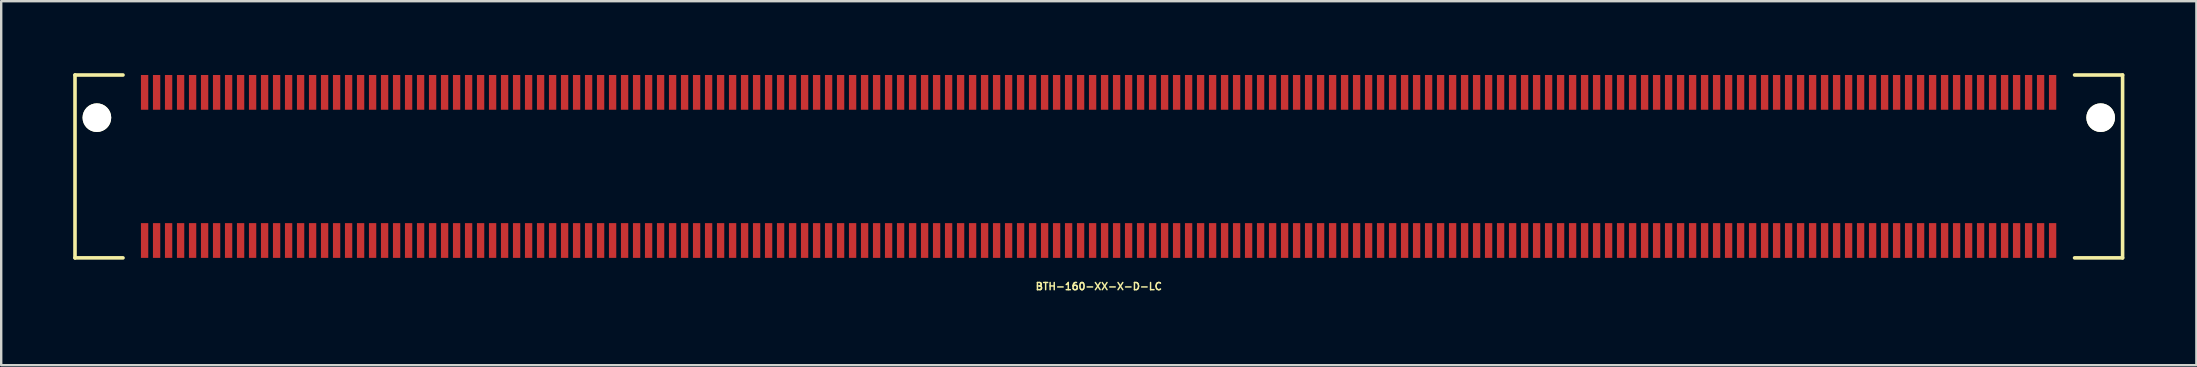
<source format=kicad_pcb>
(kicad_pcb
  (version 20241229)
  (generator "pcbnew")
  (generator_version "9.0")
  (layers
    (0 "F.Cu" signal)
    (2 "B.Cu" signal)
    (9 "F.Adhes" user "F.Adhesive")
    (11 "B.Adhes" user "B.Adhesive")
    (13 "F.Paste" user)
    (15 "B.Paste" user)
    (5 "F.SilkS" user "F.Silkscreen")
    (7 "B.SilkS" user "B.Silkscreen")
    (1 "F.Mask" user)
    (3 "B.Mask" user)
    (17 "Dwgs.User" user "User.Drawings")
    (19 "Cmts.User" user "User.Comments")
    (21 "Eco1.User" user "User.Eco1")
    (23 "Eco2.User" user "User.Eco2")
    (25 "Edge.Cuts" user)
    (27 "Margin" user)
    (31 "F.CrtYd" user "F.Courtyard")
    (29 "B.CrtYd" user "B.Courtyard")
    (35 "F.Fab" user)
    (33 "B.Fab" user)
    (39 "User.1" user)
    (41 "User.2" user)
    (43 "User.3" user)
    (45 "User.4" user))
  (footprint "BTH-160-XX-X-D-LC"
    (layer "F.Cu")
    (at 42.733 3.885)
    (property "Reference" "BTH-160-XX-X-D-LC" (at 0 5 0) (layer "F.SilkS") (effects (font (size 0.3 0.3) (thickness 0.061))))
    (attr smd)
    (fp_line (start -42.658 -3.81) (end -42.658 3.81) (stroke (width 0.15) (type solid)) (layer "F.SilkS"))
    (fp_line (start -42.658 3.81) (end -40.658 3.81) (stroke (width 0.15) (type solid)) (layer "F.SilkS"))
    (fp_line (start -40.658 -3.81) (end -42.658 -3.81) (stroke (width 0.15) (type solid)) (layer "F.SilkS"))
    (fp_line (start 40.658 -3.81) (end 42.658 -3.81) (stroke (width 0.15) (type solid)) (layer "F.SilkS"))
    (fp_line (start 42.658 -3.81) (end 42.658 3.81) (stroke (width 0.15) (type solid)) (layer "F.SilkS"))
    (fp_line (start 42.658 3.81) (end 40.658 3.81) (stroke (width 0.15) (type solid)) (layer "F.SilkS"))
    (pad "" np_thru_hole circle (at -41.746 -2.032) (size 1.194 1.194) (drill 1.194) (layers "*.Cu" "*.Mask" "F.SilkS"))
    (pad "" np_thru_hole circle (at 41.745 -2.032) (size 1.194 1.194) (drill 1.194) (layers "*.Cu" "*.Mask" "F.SilkS"))
    (pad "1" smd rect (at -39.758 -3.086) (size 0.305 1.448) (layers "F.Cu" "F.Mask" "F.Paste"))
    (pad "2" smd rect (at -39.758 3.086) (size 0.305 1.448) (layers "F.Cu" "F.Mask" "F.Paste"))
    (pad "3" smd rect (at -39.258 -3.086) (size 0.305 1.448) (layers "F.Cu" "F.Mask" "F.Paste"))
    (pad "4" smd rect (at -39.258 3.086) (size 0.305 1.448) (layers "F.Cu" "F.Mask" "F.Paste"))
    (pad "5" smd rect (at -38.758 -3.086) (size 0.305 1.448) (layers "F.Cu" "F.Mask" "F.Paste"))
    (pad "6" smd rect (at -38.758 3.086) (size 0.305 1.448) (layers "F.Cu" "F.Mask" "F.Paste"))
    (pad "7" smd rect (at -38.258 -3.086) (size 0.305 1.448) (layers "F.Cu" "F.Mask" "F.Paste"))
    (pad "8" smd rect (at -38.258 3.086) (size 0.305 1.448) (layers "F.Cu" "F.Mask" "F.Paste"))
    (pad "9" smd rect (at -37.758 -3.086) (size 0.305 1.448) (layers "F.Cu" "F.Mask" "F.Paste"))
    (pad "10" smd rect (at -37.758 3.086) (size 0.305 1.448) (layers "F.Cu" "F.Mask" "F.Paste"))
    (pad "11" smd rect (at -37.258 -3.086) (size 0.305 1.448) (layers "F.Cu" "F.Mask" "F.Paste"))
    (pad "12" smd rect (at -37.258 3.086) (size 0.305 1.448) (layers "F.Cu" "F.Mask" "F.Paste"))
    (pad "13" smd rect (at -36.758 -3.086) (size 0.305 1.448) (layers "F.Cu" "F.Mask" "F.Paste"))
    (pad "14" smd rect (at -36.758 3.086) (size 0.305 1.448) (layers "F.Cu" "F.Mask" "F.Paste"))
    (pad "15" smd rect (at -36.258 -3.086) (size 0.305 1.448) (layers "F.Cu" "F.Mask" "F.Paste"))
    (pad "16" smd rect (at -36.258 3.086) (size 0.305 1.448) (layers "F.Cu" "F.Mask" "F.Paste"))
    (pad "17" smd rect (at -35.758 -3.086) (size 0.305 1.448) (layers "F.Cu" "F.Mask" "F.Paste"))
    (pad "18" smd rect (at -35.758 3.086) (size 0.305 1.448) (layers "F.Cu" "F.Mask" "F.Paste"))
    (pad "19" smd rect (at -35.258 -3.086) (size 0.305 1.448) (layers "F.Cu" "F.Mask" "F.Paste"))
    (pad "20" smd rect (at -35.258 3.086) (size 0.305 1.448) (layers "F.Cu" "F.Mask" "F.Paste"))
    (pad "21" smd rect (at -34.758 -3.086) (size 0.305 1.448) (layers "F.Cu" "F.Mask" "F.Paste"))
    (pad "22" smd rect (at -34.758 3.086) (size 0.305 1.448) (layers "F.Cu" "F.Mask" "F.Paste"))
    (pad "23" smd rect (at -34.258 -3.086) (size 0.305 1.448) (layers "F.Cu" "F.Mask" "F.Paste"))
    (pad "24" smd rect (at -34.258 3.086) (size 0.305 1.448) (layers "F.Cu" "F.Mask" "F.Paste"))
    (pad "25" smd rect (at -33.758 -3.086) (size 0.305 1.448) (layers "F.Cu" "F.Mask" "F.Paste"))
    (pad "26" smd rect (at -33.758 3.086) (size 0.305 1.448) (layers "F.Cu" "F.Mask" "F.Paste"))
    (pad "27" smd rect (at -33.258 -3.086) (size 0.305 1.448) (layers "F.Cu" "F.Mask" "F.Paste"))
    (pad "28" smd rect (at -33.258 3.086) (size 0.305 1.448) (layers "F.Cu" "F.Mask" "F.Paste"))
    (pad "29" smd rect (at -32.758 -3.086) (size 0.305 1.448) (layers "F.Cu" "F.Mask" "F.Paste"))
    (pad "30" smd rect (at -32.758 3.086) (size 0.305 1.448) (layers "F.Cu" "F.Mask" "F.Paste"))
    (pad "31" smd rect (at -32.258 -3.086) (size 0.305 1.448) (layers "F.Cu" "F.Mask" "F.Paste"))
    (pad "32" smd rect (at -32.258 3.086) (size 0.305 1.448) (layers "F.Cu" "F.Mask" "F.Paste"))
    (pad "33" smd rect (at -31.758 -3.086) (size 0.305 1.448) (layers "F.Cu" "F.Mask" "F.Paste"))
    (pad "34" smd rect (at -31.758 3.086) (size 0.305 1.448) (layers "F.Cu" "F.Mask" "F.Paste"))
    (pad "35" smd rect (at -31.258 -3.086) (size 0.305 1.448) (layers "F.Cu" "F.Mask" "F.Paste"))
    (pad "36" smd rect (at -31.258 3.086) (size 0.305 1.448) (layers "F.Cu" "F.Mask" "F.Paste"))
    (pad "37" smd rect (at -30.758 -3.086) (size 0.305 1.448) (layers "F.Cu" "F.Mask" "F.Paste"))
    (pad "38" smd rect (at -30.758 3.086) (size 0.305 1.448) (layers "F.Cu" "F.Mask" "F.Paste"))
    (pad "39" smd rect (at -30.258 -3.086) (size 0.305 1.448) (layers "F.Cu" "F.Mask" "F.Paste"))
    (pad "40" smd rect (at -30.258 3.086) (size 0.305 1.448) (layers "F.Cu" "F.Mask" "F.Paste"))
    (pad "41" smd rect (at -29.758 -3.086) (size 0.305 1.448) (layers "F.Cu" "F.Mask" "F.Paste"))
    (pad "42" smd rect (at -29.758 3.086) (size 0.305 1.448) (layers "F.Cu" "F.Mask" "F.Paste"))
    (pad "43" smd rect (at -29.258 -3.086) (size 0.305 1.448) (layers "F.Cu" "F.Mask" "F.Paste"))
    (pad "44" smd rect (at -29.258 3.086) (size 0.305 1.448) (layers "F.Cu" "F.Mask" "F.Paste"))
    (pad "45" smd rect (at -28.758 -3.086) (size 0.305 1.448) (layers "F.Cu" "F.Mask" "F.Paste"))
    (pad "46" smd rect (at -28.758 3.086) (size 0.305 1.448) (layers "F.Cu" "F.Mask" "F.Paste"))
    (pad "47" smd rect (at -28.258 -3.086) (size 0.305 1.448) (layers "F.Cu" "F.Mask" "F.Paste"))
    (pad "48" smd rect (at -28.258 3.086) (size 0.305 1.448) (layers "F.Cu" "F.Mask" "F.Paste"))
    (pad "49" smd rect (at -27.758 -3.086) (size 0.305 1.448) (layers "F.Cu" "F.Mask" "F.Paste"))
    (pad "50" smd rect (at -27.758 3.086) (size 0.305 1.448) (layers "F.Cu" "F.Mask" "F.Paste"))
    (pad "51" smd rect (at -27.258 -3.086) (size 0.305 1.448) (layers "F.Cu" "F.Mask" "F.Paste"))
    (pad "52" smd rect (at -27.258 3.086) (size 0.305 1.448) (layers "F.Cu" "F.Mask" "F.Paste"))
    (pad "53" smd rect (at -26.758 -3.086) (size 0.305 1.448) (layers "F.Cu" "F.Mask" "F.Paste"))
    (pad "54" smd rect (at -26.758 3.086) (size 0.305 1.448) (layers "F.Cu" "F.Mask" "F.Paste"))
    (pad "55" smd rect (at -26.258 -3.086) (size 0.305 1.448) (layers "F.Cu" "F.Mask" "F.Paste"))
    (pad "56" smd rect (at -26.258 3.086) (size 0.305 1.448) (layers "F.Cu" "F.Mask" "F.Paste"))
    (pad "57" smd rect (at -25.758 -3.086) (size 0.305 1.448) (layers "F.Cu" "F.Mask" "F.Paste"))
    (pad "58" smd rect (at -25.758 3.086) (size 0.305 1.448) (layers "F.Cu" "F.Mask" "F.Paste"))
    (pad "59" smd rect (at -25.258 -3.086) (size 0.305 1.448) (layers "F.Cu" "F.Mask" "F.Paste"))
    (pad "60" smd rect (at -25.258 3.086) (size 0.305 1.448) (layers "F.Cu" "F.Mask" "F.Paste"))
    (pad "61" smd rect (at -24.758 -3.086) (size 0.305 1.448) (layers "F.Cu" "F.Mask" "F.Paste"))
    (pad "62" smd rect (at -24.758 3.086) (size 0.305 1.448) (layers "F.Cu" "F.Mask" "F.Paste"))
    (pad "63" smd rect (at -24.258 -3.086) (size 0.305 1.448) (layers "F.Cu" "F.Mask" "F.Paste"))
    (pad "64" smd rect (at -24.258 3.086) (size 0.305 1.448) (layers "F.Cu" "F.Mask" "F.Paste"))
    (pad "65" smd rect (at -23.758 -3.086) (size 0.305 1.448) (layers "F.Cu" "F.Mask" "F.Paste"))
    (pad "66" smd rect (at -23.758 3.086) (size 0.305 1.448) (layers "F.Cu" "F.Mask" "F.Paste"))
    (pad "67" smd rect (at -23.258 -3.086) (size 0.305 1.448) (layers "F.Cu" "F.Mask" "F.Paste"))
    (pad "68" smd rect (at -23.258 3.086) (size 0.305 1.448) (layers "F.Cu" "F.Mask" "F.Paste"))
    (pad "69" smd rect (at -22.758 -3.086) (size 0.305 1.448) (layers "F.Cu" "F.Mask" "F.Paste"))
    (pad "70" smd rect (at -22.758 3.086) (size 0.305 1.448) (layers "F.Cu" "F.Mask" "F.Paste"))
    (pad "71" smd rect (at -22.258 -3.086) (size 0.305 1.448) (layers "F.Cu" "F.Mask" "F.Paste"))
    (pad "72" smd rect (at -22.258 3.086) (size 0.305 1.448) (layers "F.Cu" "F.Mask" "F.Paste"))
    (pad "73" smd rect (at -21.758 -3.086) (size 0.305 1.448) (layers "F.Cu" "F.Mask" "F.Paste"))
    (pad "74" smd rect (at -21.758 3.086) (size 0.305 1.448) (layers "F.Cu" "F.Mask" "F.Paste"))
    (pad "75" smd rect (at -21.258 -3.086) (size 0.305 1.448) (layers "F.Cu" "F.Mask" "F.Paste"))
    (pad "76" smd rect (at -21.258 3.086) (size 0.305 1.448) (layers "F.Cu" "F.Mask" "F.Paste"))
    (pad "77" smd rect (at -20.758 -3.086) (size 0.305 1.448) (layers "F.Cu" "F.Mask" "F.Paste"))
    (pad "78" smd rect (at -20.758 3.086) (size 0.305 1.448) (layers "F.Cu" "F.Mask" "F.Paste"))
    (pad "79" smd rect (at -20.258 -3.086) (size 0.305 1.448) (layers "F.Cu" "F.Mask" "F.Paste"))
    (pad "80" smd rect (at -20.258 3.086) (size 0.305 1.448) (layers "F.Cu" "F.Mask" "F.Paste"))
    (pad "81" smd rect (at -19.758 -3.086) (size 0.305 1.448) (layers "F.Cu" "F.Mask" "F.Paste"))
    (pad "82" smd rect (at -19.758 3.086) (size 0.305 1.448) (layers "F.Cu" "F.Mask" "F.Paste"))
    (pad "83" smd rect (at -19.258 -3.086) (size 0.305 1.448) (layers "F.Cu" "F.Mask" "F.Paste"))
    (pad "84" smd rect (at -19.258 3.086) (size 0.305 1.448) (layers "F.Cu" "F.Mask" "F.Paste"))
    (pad "85" smd rect (at -18.758 -3.086) (size 0.305 1.448) (layers "F.Cu" "F.Mask" "F.Paste"))
    (pad "86" smd rect (at -18.758 3.086) (size 0.305 1.448) (layers "F.Cu" "F.Mask" "F.Paste"))
    (pad "87" smd rect (at -18.258 -3.086) (size 0.305 1.448) (layers "F.Cu" "F.Mask" "F.Paste"))
    (pad "88" smd rect (at -18.258 3.086) (size 0.305 1.448) (layers "F.Cu" "F.Mask" "F.Paste"))
    (pad "89" smd rect (at -17.758 -3.086) (size 0.305 1.448) (layers "F.Cu" "F.Mask" "F.Paste"))
    (pad "90" smd rect (at -17.758 3.086) (size 0.305 1.448) (layers "F.Cu" "F.Mask" "F.Paste"))
    (pad "91" smd rect (at -17.258 -3.086) (size 0.305 1.448) (layers "F.Cu" "F.Mask" "F.Paste"))
    (pad "92" smd rect (at -17.258 3.086) (size 0.305 1.448) (layers "F.Cu" "F.Mask" "F.Paste"))
    (pad "93" smd rect (at -16.758 -3.086) (size 0.305 1.448) (layers "F.Cu" "F.Mask" "F.Paste"))
    (pad "94" smd rect (at -16.758 3.086) (size 0.305 1.448) (layers "F.Cu" "F.Mask" "F.Paste"))
    (pad "95" smd rect (at -16.258 -3.086) (size 0.305 1.448) (layers "F.Cu" "F.Mask" "F.Paste"))
    (pad "96" smd rect (at -16.258 3.086) (size 0.305 1.448) (layers "F.Cu" "F.Mask" "F.Paste"))
    (pad "97" smd rect (at -15.758 -3.086) (size 0.305 1.448) (layers "F.Cu" "F.Mask" "F.Paste"))
    (pad "98" smd rect (at -15.758 3.086) (size 0.305 1.448) (layers "F.Cu" "F.Mask" "F.Paste"))
    (pad "99" smd rect (at -15.258 -3.086) (size 0.305 1.448) (layers "F.Cu" "F.Mask" "F.Paste"))
    (pad "100" smd rect (at -15.258 3.086) (size 0.305 1.448) (layers "F.Cu" "F.Mask" "F.Paste"))
    (pad "101" smd rect (at -14.758 -3.086) (size 0.305 1.448) (layers "F.Cu" "F.Mask" "F.Paste"))
    (pad "102" smd rect (at -14.758 3.086) (size 0.305 1.448) (layers "F.Cu" "F.Mask" "F.Paste"))
    (pad "103" smd rect (at -14.258 -3.086) (size 0.305 1.448) (layers "F.Cu" "F.Mask" "F.Paste"))
    (pad "104" smd rect (at -14.258 3.086) (size 0.305 1.448) (layers "F.Cu" "F.Mask" "F.Paste"))
    (pad "105" smd rect (at -13.758 -3.086) (size 0.305 1.448) (layers "F.Cu" "F.Mask" "F.Paste"))
    (pad "106" smd rect (at -13.758 3.086) (size 0.305 1.448) (layers "F.Cu" "F.Mask" "F.Paste"))
    (pad "107" smd rect (at -13.258 -3.086) (size 0.305 1.448) (layers "F.Cu" "F.Mask" "F.Paste"))
    (pad "108" smd rect (at -13.258 3.086) (size 0.305 1.448) (layers "F.Cu" "F.Mask" "F.Paste"))
    (pad "109" smd rect (at -12.758 -3.086) (size 0.305 1.448) (layers "F.Cu" "F.Mask" "F.Paste"))
    (pad "110" smd rect (at -12.758 3.086) (size 0.305 1.448) (layers "F.Cu" "F.Mask" "F.Paste"))
    (pad "111" smd rect (at -12.258 -3.086) (size 0.305 1.448) (layers "F.Cu" "F.Mask" "F.Paste"))
    (pad "112" smd rect (at -12.258 3.086) (size 0.305 1.448) (layers "F.Cu" "F.Mask" "F.Paste"))
    (pad "113" smd rect (at -11.758 -3.086) (size 0.305 1.448) (layers "F.Cu" "F.Mask" "F.Paste"))
    (pad "114" smd rect (at -11.758 3.086) (size 0.305 1.448) (layers "F.Cu" "F.Mask" "F.Paste"))
    (pad "115" smd rect (at -11.258 -3.086) (size 0.305 1.448) (layers "F.Cu" "F.Mask" "F.Paste"))
    (pad "116" smd rect (at -11.258 3.086) (size 0.305 1.448) (layers "F.Cu" "F.Mask" "F.Paste"))
    (pad "117" smd rect (at -10.758 -3.086) (size 0.305 1.448) (layers "F.Cu" "F.Mask" "F.Paste"))
    (pad "118" smd rect (at -10.758 3.086) (size 0.305 1.448) (layers "F.Cu" "F.Mask" "F.Paste"))
    (pad "119" smd rect (at -10.258 -3.086) (size 0.305 1.448) (layers "F.Cu" "F.Mask" "F.Paste"))
    (pad "120" smd rect (at -10.258 3.086) (size 0.305 1.448) (layers "F.Cu" "F.Mask" "F.Paste"))
    (pad "121" smd rect (at -9.758 -3.086) (size 0.305 1.448) (layers "F.Cu" "F.Mask" "F.Paste"))
    (pad "122" smd rect (at -9.758 3.086) (size 0.305 1.448) (layers "F.Cu" "F.Mask" "F.Paste"))
    (pad "123" smd rect (at -9.258 -3.086) (size 0.305 1.448) (layers "F.Cu" "F.Mask" "F.Paste"))
    (pad "124" smd rect (at -9.258 3.086) (size 0.305 1.448) (layers "F.Cu" "F.Mask" "F.Paste"))
    (pad "125" smd rect (at -8.758 -3.086) (size 0.305 1.448) (layers "F.Cu" "F.Mask" "F.Paste"))
    (pad "126" smd rect (at -8.758 3.086) (size 0.305 1.448) (layers "F.Cu" "F.Mask" "F.Paste"))
    (pad "127" smd rect (at -8.258 -3.086) (size 0.305 1.448) (layers "F.Cu" "F.Mask" "F.Paste"))
    (pad "128" smd rect (at -8.258 3.086) (size 0.305 1.448) (layers "F.Cu" "F.Mask" "F.Paste"))
    (pad "129" smd rect (at -7.758 -3.086) (size 0.305 1.448) (layers "F.Cu" "F.Mask" "F.Paste"))
    (pad "130" smd rect (at -7.758 3.086) (size 0.305 1.448) (layers "F.Cu" "F.Mask" "F.Paste"))
    (pad "131" smd rect (at -7.258 -3.086) (size 0.305 1.448) (layers "F.Cu" "F.Mask" "F.Paste"))
    (pad "132" smd rect (at -7.258 3.086) (size 0.305 1.448) (layers "F.Cu" "F.Mask" "F.Paste"))
    (pad "133" smd rect (at -6.758 -3.086) (size 0.305 1.448) (layers "F.Cu" "F.Mask" "F.Paste"))
    (pad "134" smd rect (at -6.758 3.086) (size 0.305 1.448) (layers "F.Cu" "F.Mask" "F.Paste"))
    (pad "135" smd rect (at -6.258 -3.086) (size 0.305 1.448) (layers "F.Cu" "F.Mask" "F.Paste"))
    (pad "136" smd rect (at -6.258 3.086) (size 0.305 1.448) (layers "F.Cu" "F.Mask" "F.Paste"))
    (pad "137" smd rect (at -5.758 -3.086) (size 0.305 1.448) (layers "F.Cu" "F.Mask" "F.Paste"))
    (pad "138" smd rect (at -5.758 3.086) (size 0.305 1.448) (layers "F.Cu" "F.Mask" "F.Paste"))
    (pad "139" smd rect (at -5.258 -3.086) (size 0.305 1.448) (layers "F.Cu" "F.Mask" "F.Paste"))
    (pad "140" smd rect (at -5.258 3.086) (size 0.305 1.448) (layers "F.Cu" "F.Mask" "F.Paste"))
    (pad "141" smd rect (at -4.758 -3.086) (size 0.305 1.448) (layers "F.Cu" "F.Mask" "F.Paste"))
    (pad "142" smd rect (at -4.758 3.086) (size 0.305 1.448) (layers "F.Cu" "F.Mask" "F.Paste"))
    (pad "143" smd rect (at -4.258 -3.086) (size 0.305 1.448) (layers "F.Cu" "F.Mask" "F.Paste"))
    (pad "144" smd rect (at -4.258 3.086) (size 0.305 1.448) (layers "F.Cu" "F.Mask" "F.Paste"))
    (pad "145" smd rect (at -3.758 -3.086) (size 0.305 1.448) (layers "F.Cu" "F.Mask" "F.Paste"))
    (pad "146" smd rect (at -3.758 3.086) (size 0.305 1.448) (layers "F.Cu" "F.Mask" "F.Paste"))
    (pad "147" smd rect (at -3.258 -3.086) (size 0.305 1.448) (layers "F.Cu" "F.Mask" "F.Paste"))
    (pad "148" smd rect (at -3.258 3.086) (size 0.305 1.448) (layers "F.Cu" "F.Mask" "F.Paste"))
    (pad "149" smd rect (at -2.758 -3.086) (size 0.305 1.448) (layers "F.Cu" "F.Mask" "F.Paste"))
    (pad "150" smd rect (at -2.758 3.086) (size 0.305 1.448) (layers "F.Cu" "F.Mask" "F.Paste"))
    (pad "151" smd rect (at -2.258 -3.086) (size 0.305 1.448) (layers "F.Cu" "F.Mask" "F.Paste"))
    (pad "152" smd rect (at -2.258 3.086) (size 0.305 1.448) (layers "F.Cu" "F.Mask" "F.Paste"))
    (pad "153" smd rect (at -1.758 -3.086) (size 0.305 1.448) (layers "F.Cu" "F.Mask" "F.Paste"))
    (pad "154" smd rect (at -1.758 3.086) (size 0.305 1.448) (layers "F.Cu" "F.Mask" "F.Paste"))
    (pad "155" smd rect (at -1.258 -3.086) (size 0.305 1.448) (layers "F.Cu" "F.Mask" "F.Paste"))
    (pad "156" smd rect (at -1.258 3.086) (size 0.305 1.448) (layers "F.Cu" "F.Mask" "F.Paste"))
    (pad "157" smd rect (at -0.758 -3.086) (size 0.305 1.448) (layers "F.Cu" "F.Mask" "F.Paste"))
    (pad "158" smd rect (at -0.758 3.086) (size 0.305 1.448) (layers "F.Cu" "F.Mask" "F.Paste"))
    (pad "159" smd rect (at -0.258 -3.086) (size 0.305 1.448) (layers "F.Cu" "F.Mask" "F.Paste"))
    (pad "160" smd rect (at -0.258 3.086) (size 0.305 1.448) (layers "F.Cu" "F.Mask" "F.Paste"))
    (pad "161" smd rect (at 0.242 -3.086) (size 0.305 1.448) (layers "F.Cu" "F.Mask" "F.Paste"))
    (pad "162" smd rect (at 0.242 3.086) (size 0.305 1.448) (layers "F.Cu" "F.Mask" "F.Paste"))
    (pad "163" smd rect (at 0.742 -3.086) (size 0.305 1.448) (layers "F.Cu" "F.Mask" "F.Paste"))
    (pad "164" smd rect (at 0.742 3.086) (size 0.305 1.448) (layers "F.Cu" "F.Mask" "F.Paste"))
    (pad "165" smd rect (at 1.242 -3.086) (size 0.305 1.448) (layers "F.Cu" "F.Mask" "F.Paste"))
    (pad "166" smd rect (at 1.242 3.086) (size 0.305 1.448) (layers "F.Cu" "F.Mask" "F.Paste"))
    (pad "167" smd rect (at 1.742 -3.086) (size 0.305 1.448) (layers "F.Cu" "F.Mask" "F.Paste"))
    (pad "168" smd rect (at 1.742 3.086) (size 0.305 1.448) (layers "F.Cu" "F.Mask" "F.Paste"))
    (pad "169" smd rect (at 2.242 -3.086) (size 0.305 1.448) (layers "F.Cu" "F.Mask" "F.Paste"))
    (pad "170" smd rect (at 2.242 3.086) (size 0.305 1.448) (layers "F.Cu" "F.Mask" "F.Paste"))
    (pad "171" smd rect (at 2.742 -3.086) (size 0.305 1.448) (layers "F.Cu" "F.Mask" "F.Paste"))
    (pad "172" smd rect (at 2.742 3.086) (size 0.305 1.448) (layers "F.Cu" "F.Mask" "F.Paste"))
    (pad "173" smd rect (at 3.242 -3.086) (size 0.305 1.448) (layers "F.Cu" "F.Mask" "F.Paste"))
    (pad "174" smd rect (at 3.242 3.086) (size 0.305 1.448) (layers "F.Cu" "F.Mask" "F.Paste"))
    (pad "175" smd rect (at 3.742 -3.086) (size 0.305 1.448) (layers "F.Cu" "F.Mask" "F.Paste"))
    (pad "176" smd rect (at 3.742 3.086) (size 0.305 1.448) (layers "F.Cu" "F.Mask" "F.Paste"))
    (pad "177" smd rect (at 4.242 -3.086) (size 0.305 1.448) (layers "F.Cu" "F.Mask" "F.Paste"))
    (pad "178" smd rect (at 4.242 3.086) (size 0.305 1.448) (layers "F.Cu" "F.Mask" "F.Paste"))
    (pad "179" smd rect (at 4.742 -3.086) (size 0.305 1.448) (layers "F.Cu" "F.Mask" "F.Paste"))
    (pad "180" smd rect (at 4.742 3.086) (size 0.305 1.448) (layers "F.Cu" "F.Mask" "F.Paste"))
    (pad "181" smd rect (at 5.242 -3.086) (size 0.305 1.448) (layers "F.Cu" "F.Mask" "F.Paste"))
    (pad "182" smd rect (at 5.242 3.086) (size 0.305 1.448) (layers "F.Cu" "F.Mask" "F.Paste"))
    (pad "183" smd rect (at 5.742 -3.086) (size 0.305 1.448) (layers "F.Cu" "F.Mask" "F.Paste"))
    (pad "184" smd rect (at 5.742 3.086) (size 0.305 1.448) (layers "F.Cu" "F.Mask" "F.Paste"))
    (pad "185" smd rect (at 6.242 -3.086) (size 0.305 1.448) (layers "F.Cu" "F.Mask" "F.Paste"))
    (pad "186" smd rect (at 6.242 3.086) (size 0.305 1.448) (layers "F.Cu" "F.Mask" "F.Paste"))
    (pad "187" smd rect (at 6.742 -3.086) (size 0.305 1.448) (layers "F.Cu" "F.Mask" "F.Paste"))
    (pad "188" smd rect (at 6.742 3.086) (size 0.305 1.448) (layers "F.Cu" "F.Mask" "F.Paste"))
    (pad "189" smd rect (at 7.242 -3.086) (size 0.305 1.448) (layers "F.Cu" "F.Mask" "F.Paste"))
    (pad "190" smd rect (at 7.242 3.086) (size 0.305 1.448) (layers "F.Cu" "F.Mask" "F.Paste"))
    (pad "191" smd rect (at 7.742 -3.086) (size 0.305 1.448) (layers "F.Cu" "F.Mask" "F.Paste"))
    (pad "192" smd rect (at 7.742 3.086) (size 0.305 1.448) (layers "F.Cu" "F.Mask" "F.Paste"))
    (pad "193" smd rect (at 8.242 -3.086) (size 0.305 1.448) (layers "F.Cu" "F.Mask" "F.Paste"))
    (pad "194" smd rect (at 8.242 3.086) (size 0.305 1.448) (layers "F.Cu" "F.Mask" "F.Paste"))
    (pad "195" smd rect (at 8.742 -3.086) (size 0.305 1.448) (layers "F.Cu" "F.Mask" "F.Paste"))
    (pad "196" smd rect (at 8.742 3.086) (size 0.305 1.448) (layers "F.Cu" "F.Mask" "F.Paste"))
    (pad "197" smd rect (at 9.242 -3.086) (size 0.305 1.448) (layers "F.Cu" "F.Mask" "F.Paste"))
    (pad "198" smd rect (at 9.242 3.086) (size 0.305 1.448) (layers "F.Cu" "F.Mask" "F.Paste"))
    (pad "199" smd rect (at 9.742 -3.086) (size 0.305 1.448) (layers "F.Cu" "F.Mask" "F.Paste"))
    (pad "200" smd rect (at 9.742 3.086) (size 0.305 1.448) (layers "F.Cu" "F.Mask" "F.Paste"))
    (pad "201" smd rect (at 10.242 -3.086) (size 0.305 1.448) (layers "F.Cu" "F.Mask" "F.Paste"))
    (pad "202" smd rect (at 10.242 3.086) (size 0.305 1.448) (layers "F.Cu" "F.Mask" "F.Paste"))
    (pad "203" smd rect (at 10.742 -3.086) (size 0.305 1.448) (layers "F.Cu" "F.Mask" "F.Paste"))
    (pad "204" smd rect (at 10.742 3.086) (size 0.305 1.448) (layers "F.Cu" "F.Mask" "F.Paste"))
    (pad "205" smd rect (at 11.242 -3.086) (size 0.305 1.448) (layers "F.Cu" "F.Mask" "F.Paste"))
    (pad "206" smd rect (at 11.242 3.086) (size 0.305 1.448) (layers "F.Cu" "F.Mask" "F.Paste"))
    (pad "207" smd rect (at 11.742 -3.086) (size 0.305 1.448) (layers "F.Cu" "F.Mask" "F.Paste"))
    (pad "208" smd rect (at 11.742 3.086) (size 0.305 1.448) (layers "F.Cu" "F.Mask" "F.Paste"))
    (pad "209" smd rect (at 12.242 -3.086) (size 0.305 1.448) (layers "F.Cu" "F.Mask" "F.Paste"))
    (pad "210" smd rect (at 12.242 3.086) (size 0.305 1.448) (layers "F.Cu" "F.Mask" "F.Paste"))
    (pad "211" smd rect (at 12.742 -3.086) (size 0.305 1.448) (layers "F.Cu" "F.Mask" "F.Paste"))
    (pad "212" smd rect (at 12.742 3.086) (size 0.305 1.448) (layers "F.Cu" "F.Mask" "F.Paste"))
    (pad "213" smd rect (at 13.242 -3.086) (size 0.305 1.448) (layers "F.Cu" "F.Mask" "F.Paste"))
    (pad "214" smd rect (at 13.242 3.086) (size 0.305 1.448) (layers "F.Cu" "F.Mask" "F.Paste"))
    (pad "215" smd rect (at 13.742 -3.086) (size 0.305 1.448) (layers "F.Cu" "F.Mask" "F.Paste"))
    (pad "216" smd rect (at 13.742 3.086) (size 0.305 1.448) (layers "F.Cu" "F.Mask" "F.Paste"))
    (pad "217" smd rect (at 14.242 -3.086) (size 0.305 1.448) (layers "F.Cu" "F.Mask" "F.Paste"))
    (pad "218" smd rect (at 14.242 3.086) (size 0.305 1.448) (layers "F.Cu" "F.Mask" "F.Paste"))
    (pad "219" smd rect (at 14.742 -3.086) (size 0.305 1.448) (layers "F.Cu" "F.Mask" "F.Paste"))
    (pad "220" smd rect (at 14.742 3.086) (size 0.305 1.448) (layers "F.Cu" "F.Mask" "F.Paste"))
    (pad "221" smd rect (at 15.242 -3.086) (size 0.305 1.448) (layers "F.Cu" "F.Mask" "F.Paste"))
    (pad "222" smd rect (at 15.242 3.086) (size 0.305 1.448) (layers "F.Cu" "F.Mask" "F.Paste"))
    (pad "223" smd rect (at 15.742 -3.086) (size 0.305 1.448) (layers "F.Cu" "F.Mask" "F.Paste"))
    (pad "224" smd rect (at 15.742 3.086) (size 0.305 1.448) (layers "F.Cu" "F.Mask" "F.Paste"))
    (pad "225" smd rect (at 16.242 -3.086) (size 0.305 1.448) (layers "F.Cu" "F.Mask" "F.Paste"))
    (pad "226" smd rect (at 16.242 3.086) (size 0.305 1.448) (layers "F.Cu" "F.Mask" "F.Paste"))
    (pad "227" smd rect (at 16.742 -3.086) (size 0.305 1.448) (layers "F.Cu" "F.Mask" "F.Paste"))
    (pad "228" smd rect (at 16.742 3.086) (size 0.305 1.448) (layers "F.Cu" "F.Mask" "F.Paste"))
    (pad "229" smd rect (at 17.242 -3.086) (size 0.305 1.448) (layers "F.Cu" "F.Mask" "F.Paste"))
    (pad "230" smd rect (at 17.242 3.086) (size 0.305 1.448) (layers "F.Cu" "F.Mask" "F.Paste"))
    (pad "231" smd rect (at 17.742 -3.086) (size 0.305 1.448) (layers "F.Cu" "F.Mask" "F.Paste"))
    (pad "232" smd rect (at 17.742 3.086) (size 0.305 1.448) (layers "F.Cu" "F.Mask" "F.Paste"))
    (pad "233" smd rect (at 18.242 -3.086) (size 0.305 1.448) (layers "F.Cu" "F.Mask" "F.Paste"))
    (pad "234" smd rect (at 18.242 3.086) (size 0.305 1.448) (layers "F.Cu" "F.Mask" "F.Paste"))
    (pad "235" smd rect (at 18.742 -3.086) (size 0.305 1.448) (layers "F.Cu" "F.Mask" "F.Paste"))
    (pad "236" smd rect (at 18.742 3.086) (size 0.305 1.448) (layers "F.Cu" "F.Mask" "F.Paste"))
    (pad "237" smd rect (at 19.242 -3.086) (size 0.305 1.448) (layers "F.Cu" "F.Mask" "F.Paste"))
    (pad "238" smd rect (at 19.242 3.086) (size 0.305 1.448) (layers "F.Cu" "F.Mask" "F.Paste"))
    (pad "239" smd rect (at 19.742 -3.086) (size 0.305 1.448) (layers "F.Cu" "F.Mask" "F.Paste"))
    (pad "240" smd rect (at 19.742 3.086) (size 0.305 1.448) (layers "F.Cu" "F.Mask" "F.Paste"))
    (pad "241" smd rect (at 20.242 -3.086) (size 0.305 1.448) (layers "F.Cu" "F.Mask" "F.Paste"))
    (pad "242" smd rect (at 20.242 3.086) (size 0.305 1.448) (layers "F.Cu" "F.Mask" "F.Paste"))
    (pad "243" smd rect (at 20.742 -3.086) (size 0.305 1.448) (layers "F.Cu" "F.Mask" "F.Paste"))
    (pad "244" smd rect (at 20.742 3.086) (size 0.305 1.448) (layers "F.Cu" "F.Mask" "F.Paste"))
    (pad "245" smd rect (at 21.242 -3.086) (size 0.305 1.448) (layers "F.Cu" "F.Mask" "F.Paste"))
    (pad "246" smd rect (at 21.242 3.086) (size 0.305 1.448) (layers "F.Cu" "F.Mask" "F.Paste"))
    (pad "247" smd rect (at 21.742 -3.086) (size 0.305 1.448) (layers "F.Cu" "F.Mask" "F.Paste"))
    (pad "248" smd rect (at 21.742 3.086) (size 0.305 1.448) (layers "F.Cu" "F.Mask" "F.Paste"))
    (pad "249" smd rect (at 22.242 -3.086) (size 0.305 1.448) (layers "F.Cu" "F.Mask" "F.Paste"))
    (pad "250" smd rect (at 22.242 3.086) (size 0.305 1.448) (layers "F.Cu" "F.Mask" "F.Paste"))
    (pad "251" smd rect (at 22.742 -3.086) (size 0.305 1.448) (layers "F.Cu" "F.Mask" "F.Paste"))
    (pad "252" smd rect (at 22.742 3.086) (size 0.305 1.448) (layers "F.Cu" "F.Mask" "F.Paste"))
    (pad "253" smd rect (at 23.242 -3.086) (size 0.305 1.448) (layers "F.Cu" "F.Mask" "F.Paste"))
    (pad "254" smd rect (at 23.242 3.086) (size 0.305 1.448) (layers "F.Cu" "F.Mask" "F.Paste"))
    (pad "255" smd rect (at 23.742 -3.086) (size 0.305 1.448) (layers "F.Cu" "F.Mask" "F.Paste"))
    (pad "256" smd rect (at 23.742 3.086) (size 0.305 1.448) (layers "F.Cu" "F.Mask" "F.Paste"))
    (pad "257" smd rect (at 24.242 -3.086) (size 0.305 1.448) (layers "F.Cu" "F.Mask" "F.Paste"))
    (pad "258" smd rect (at 24.242 3.086) (size 0.305 1.448) (layers "F.Cu" "F.Mask" "F.Paste"))
    (pad "259" smd rect (at 24.742 -3.086) (size 0.305 1.448) (layers "F.Cu" "F.Mask" "F.Paste"))
    (pad "260" smd rect (at 24.742 3.086) (size 0.305 1.448) (layers "F.Cu" "F.Mask" "F.Paste"))
    (pad "261" smd rect (at 25.242 -3.086) (size 0.305 1.448) (layers "F.Cu" "F.Mask" "F.Paste"))
    (pad "262" smd rect (at 25.242 3.086) (size 0.305 1.448) (layers "F.Cu" "F.Mask" "F.Paste"))
    (pad "263" smd rect (at 25.742 -3.086) (size 0.305 1.448) (layers "F.Cu" "F.Mask" "F.Paste"))
    (pad "264" smd rect (at 25.742 3.086) (size 0.305 1.448) (layers "F.Cu" "F.Mask" "F.Paste"))
    (pad "265" smd rect (at 26.242 -3.086) (size 0.305 1.448) (layers "F.Cu" "F.Mask" "F.Paste"))
    (pad "266" smd rect (at 26.242 3.086) (size 0.305 1.448) (layers "F.Cu" "F.Mask" "F.Paste"))
    (pad "267" smd rect (at 26.742 -3.086) (size 0.305 1.448) (layers "F.Cu" "F.Mask" "F.Paste"))
    (pad "268" smd rect (at 26.742 3.086) (size 0.305 1.448) (layers "F.Cu" "F.Mask" "F.Paste"))
    (pad "269" smd rect (at 27.242 -3.086) (size 0.305 1.448) (layers "F.Cu" "F.Mask" "F.Paste"))
    (pad "270" smd rect (at 27.242 3.086) (size 0.305 1.448) (layers "F.Cu" "F.Mask" "F.Paste"))
    (pad "271" smd rect (at 27.742 -3.086) (size 0.305 1.448) (layers "F.Cu" "F.Mask" "F.Paste"))
    (pad "272" smd rect (at 27.742 3.086) (size 0.305 1.448) (layers "F.Cu" "F.Mask" "F.Paste"))
    (pad "273" smd rect (at 28.242 -3.086) (size 0.305 1.448) (layers "F.Cu" "F.Mask" "F.Paste"))
    (pad "274" smd rect (at 28.242 3.086) (size 0.305 1.448) (layers "F.Cu" "F.Mask" "F.Paste"))
    (pad "275" smd rect (at 28.742 -3.086) (size 0.305 1.448) (layers "F.Cu" "F.Mask" "F.Paste"))
    (pad "276" smd rect (at 28.742 3.086) (size 0.305 1.448) (layers "F.Cu" "F.Mask" "F.Paste"))
    (pad "277" smd rect (at 29.242 -3.086) (size 0.305 1.448) (layers "F.Cu" "F.Mask" "F.Paste"))
    (pad "278" smd rect (at 29.242 3.086) (size 0.305 1.448) (layers "F.Cu" "F.Mask" "F.Paste"))
    (pad "279" smd rect (at 29.742 -3.086) (size 0.305 1.448) (layers "F.Cu" "F.Mask" "F.Paste"))
    (pad "280" smd rect (at 29.742 3.086) (size 0.305 1.448) (layers "F.Cu" "F.Mask" "F.Paste"))
    (pad "281" smd rect (at 30.242 -3.086) (size 0.305 1.448) (layers "F.Cu" "F.Mask" "F.Paste"))
    (pad "282" smd rect (at 30.242 3.086) (size 0.305 1.448) (layers "F.Cu" "F.Mask" "F.Paste"))
    (pad "283" smd rect (at 30.742 -3.086) (size 0.305 1.448) (layers "F.Cu" "F.Mask" "F.Paste"))
    (pad "284" smd rect (at 30.742 3.086) (size 0.305 1.448) (layers "F.Cu" "F.Mask" "F.Paste"))
    (pad "285" smd rect (at 31.242 -3.086) (size 0.305 1.448) (layers "F.Cu" "F.Mask" "F.Paste"))
    (pad "286" smd rect (at 31.242 3.086) (size 0.305 1.448) (layers "F.Cu" "F.Mask" "F.Paste"))
    (pad "287" smd rect (at 31.742 -3.086) (size 0.305 1.448) (layers "F.Cu" "F.Mask" "F.Paste"))
    (pad "288" smd rect (at 31.742 3.086) (size 0.305 1.448) (layers "F.Cu" "F.Mask" "F.Paste"))
    (pad "289" smd rect (at 32.242 -3.086) (size 0.305 1.448) (layers "F.Cu" "F.Mask" "F.Paste"))
    (pad "290" smd rect (at 32.242 3.086) (size 0.305 1.448) (layers "F.Cu" "F.Mask" "F.Paste"))
    (pad "291" smd rect (at 32.742 -3.086) (size 0.305 1.448) (layers "F.Cu" "F.Mask" "F.Paste"))
    (pad "292" smd rect (at 32.742 3.086) (size 0.305 1.448) (layers "F.Cu" "F.Mask" "F.Paste"))
    (pad "293" smd rect (at 33.242 -3.086) (size 0.305 1.448) (layers "F.Cu" "F.Mask" "F.Paste"))
    (pad "294" smd rect (at 33.242 3.086) (size 0.305 1.448) (layers "F.Cu" "F.Mask" "F.Paste"))
    (pad "295" smd rect (at 33.742 -3.086) (size 0.305 1.448) (layers "F.Cu" "F.Mask" "F.Paste"))
    (pad "296" smd rect (at 33.742 3.086) (size 0.305 1.448) (layers "F.Cu" "F.Mask" "F.Paste"))
    (pad "297" smd rect (at 34.242 -3.086) (size 0.305 1.448) (layers "F.Cu" "F.Mask" "F.Paste"))
    (pad "298" smd rect (at 34.242 3.086) (size 0.305 1.448) (layers "F.Cu" "F.Mask" "F.Paste"))
    (pad "299" smd rect (at 34.742 -3.086) (size 0.305 1.448) (layers "F.Cu" "F.Mask" "F.Paste"))
    (pad "300" smd rect (at 34.742 3.086) (size 0.305 1.448) (layers "F.Cu" "F.Mask" "F.Paste"))
    (pad "301" smd rect (at 35.242 -3.086) (size 0.305 1.448) (layers "F.Cu" "F.Mask" "F.Paste"))
    (pad "302" smd rect (at 35.242 3.086) (size 0.305 1.448) (layers "F.Cu" "F.Mask" "F.Paste"))
    (pad "303" smd rect (at 35.742 -3.086) (size 0.305 1.448) (layers "F.Cu" "F.Mask" "F.Paste"))
    (pad "304" smd rect (at 35.742 3.086) (size 0.305 1.448) (layers "F.Cu" "F.Mask" "F.Paste"))
    (pad "305" smd rect (at 36.242 -3.086) (size 0.305 1.448) (layers "F.Cu" "F.Mask" "F.Paste"))
    (pad "306" smd rect (at 36.242 3.086) (size 0.305 1.448) (layers "F.Cu" "F.Mask" "F.Paste"))
    (pad "307" smd rect (at 36.742 -3.086) (size 0.305 1.448) (layers "F.Cu" "F.Mask" "F.Paste"))
    (pad "308" smd rect (at 36.742 3.086) (size 0.305 1.448) (layers "F.Cu" "F.Mask" "F.Paste"))
    (pad "309" smd rect (at 37.242 -3.086) (size 0.305 1.448) (layers "F.Cu" "F.Mask" "F.Paste"))
    (pad "310" smd rect (at 37.242 3.086) (size 0.305 1.448) (layers "F.Cu" "F.Mask" "F.Paste"))
    (pad "311" smd rect (at 37.742 -3.086) (size 0.305 1.448) (layers "F.Cu" "F.Mask" "F.Paste"))
    (pad "312" smd rect (at 37.742 3.086) (size 0.305 1.448) (layers "F.Cu" "F.Mask" "F.Paste"))
    (pad "313" smd rect (at 38.242 -3.086) (size 0.305 1.448) (layers "F.Cu" "F.Mask" "F.Paste"))
    (pad "314" smd rect (at 38.242 3.086) (size 0.305 1.448) (layers "F.Cu" "F.Mask" "F.Paste"))
    (pad "315" smd rect (at 38.742 -3.086) (size 0.305 1.448) (layers "F.Cu" "F.Mask" "F.Paste"))
    (pad "316" smd rect (at 38.742 3.086) (size 0.305 1.448) (layers "F.Cu" "F.Mask" "F.Paste"))
    (pad "317" smd rect (at 39.242 -3.086) (size 0.305 1.448) (layers "F.Cu" "F.Mask" "F.Paste"))
    (pad "318" smd rect (at 39.242 3.086) (size 0.305 1.448) (layers "F.Cu" "F.Mask" "F.Paste"))
    (pad "319" smd rect (at 39.742 -3.086) (size 0.305 1.448) (layers "F.Cu" "F.Mask" "F.Paste"))
    (pad "320" smd rect (at 39.742 3.086) (size 0.305 1.448) (layers "F.Cu" "F.Mask" "F.Paste")))
  (gr_rect
    (start -3 -3)
    (end 88.466 12.167)
    (stroke (width 0.1) (type default))
    (fill no)
    (layer "Edge.Cuts")))
</source>
